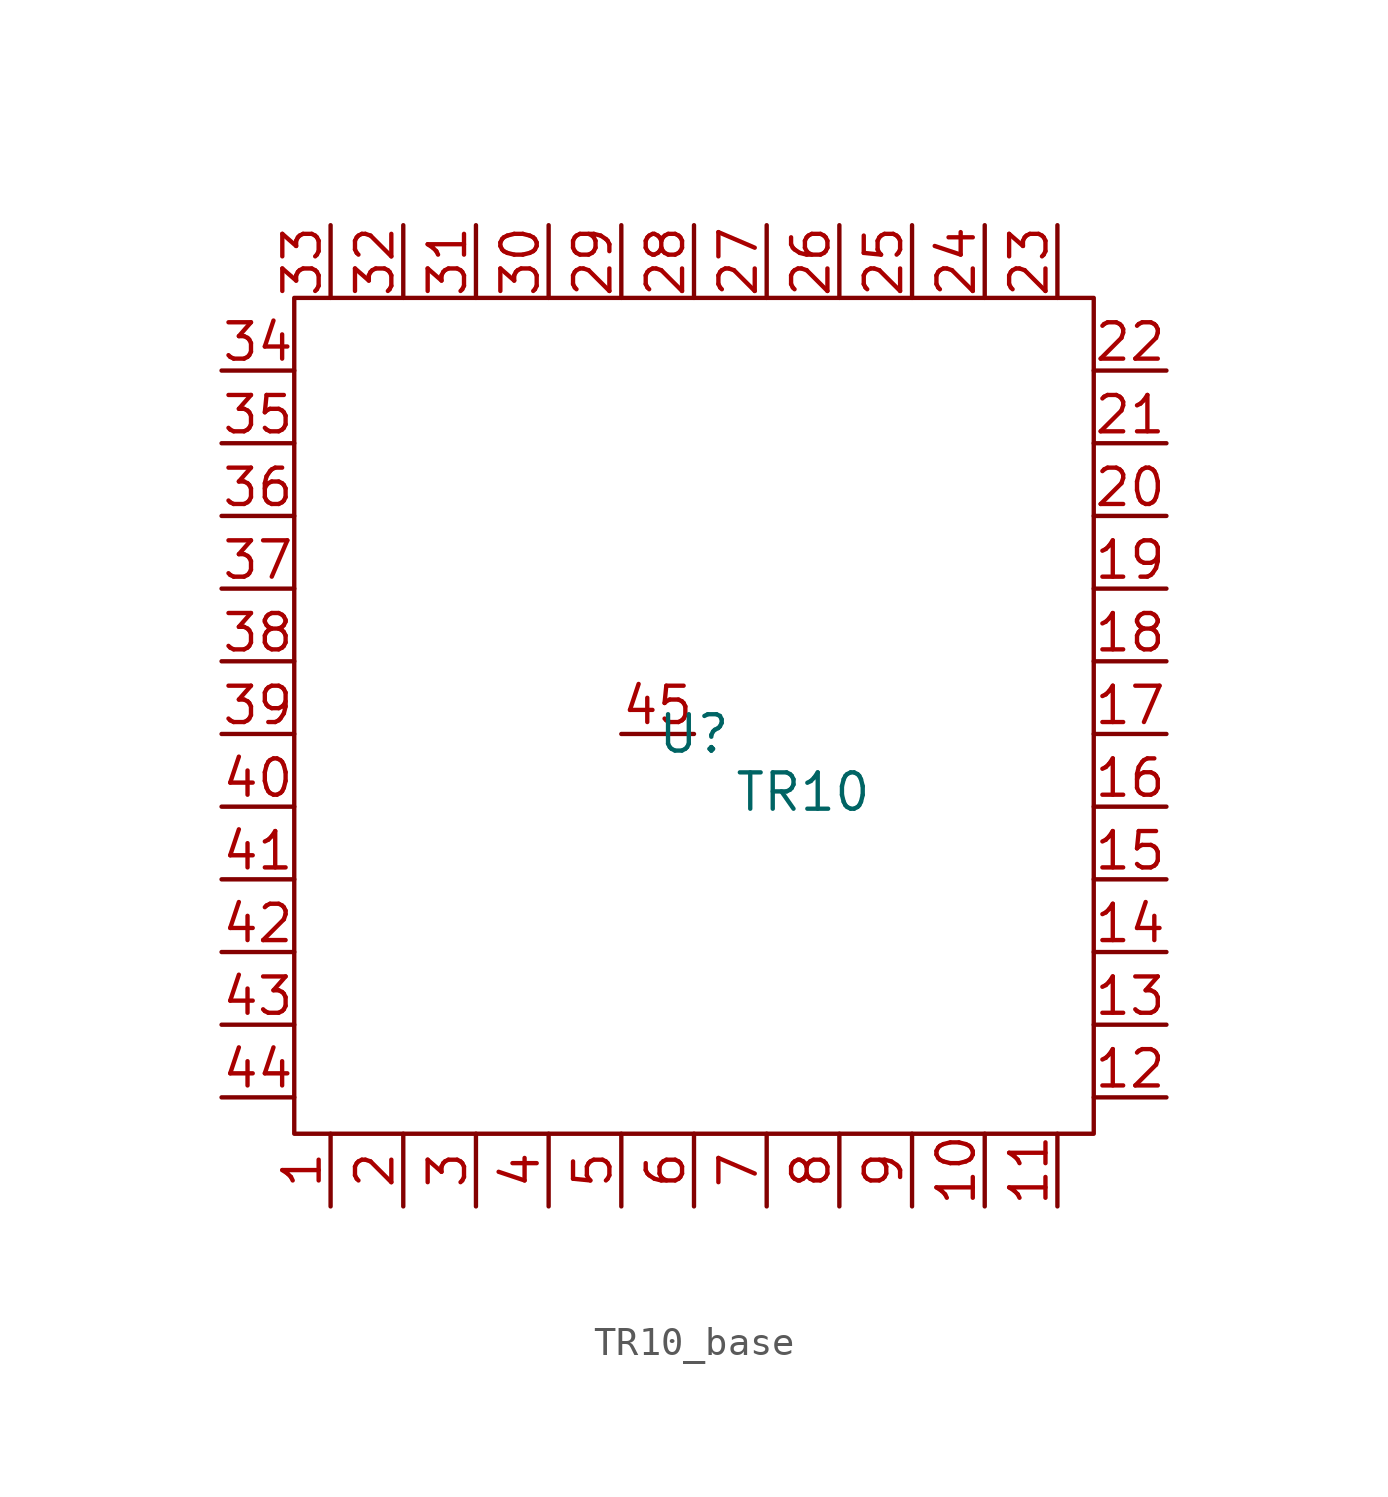
<source format=kicad_sym>
(kicad_symbol_lib
  (version 20231120)
  (generator "kicad_symbol_editor")
  (generator_version "8.0")
  (symbol "TR10_base"
    (property "Reference" "U"
      (at 0 0 0)
      (effects (font (size 1.27 1.27))))
    (property "Value" "TR10"
      (at 3.81 -2.032 0)
      (effects (font (size 1.27 1.27))))
    (symbol "TR10_base_0_1"
      (rectangle (start -13.97 15.24) (end 13.97 -13.97) (stroke (width 0) (type default)) (fill (type none))))
    (symbol "TR10_base_1_0"
      (pin bidirectional line (at -12.7 -16.51 90) (length 2.54) (name "" (effects (font (size 1.27 1.27)))) (number "1" (effects (font (size 1.27 1.27)))))
      (pin bidirectional line (at 10.16 -16.51 90) (length 2.54) (name "" (effects (font (size 1.27 1.27)))) (number "10" (effects (font (size 1.27 1.27)))))
      (pin bidirectional line (at 12.7 -16.51 90) (length 2.54) (name "" (effects (font (size 1.27 1.27)))) (number "11" (effects (font (size 1.27 1.27)))))
      (pin bidirectional line (at 16.51 -12.7 180) (length 2.54) (name "" (effects (font (size 1.27 1.27)))) (number "12" (effects (font (size 1.27 1.27)))))
      (pin bidirectional line (at 16.51 -10.16 180) (length 2.54) (name "" (effects (font (size 1.27 1.27)))) (number "13" (effects (font (size 1.27 1.27)))))
      (pin bidirectional line (at 16.51 -7.62 180) (length 2.54) (name "" (effects (font (size 1.27 1.27)))) (number "14" (effects (font (size 1.27 1.27)))))
      (pin bidirectional line (at 16.51 -5.08 180) (length 2.54) (name "" (effects (font (size 1.27 1.27)))) (number "15" (effects (font (size 1.27 1.27)))))
      (pin bidirectional line (at 16.51 -2.54 180) (length 2.54) (name "" (effects (font (size 1.27 1.27)))) (number "16" (effects (font (size 1.27 1.27)))))
      (pin bidirectional line (at 16.51 0 180) (length 2.54) (name "" (effects (font (size 1.27 1.27)))) (number "17" (effects (font (size 1.27 1.27)))))
      (pin bidirectional line (at 16.51 2.54 180) (length 2.54) (name "" (effects (font (size 1.27 1.27)))) (number "18" (effects (font (size 1.27 1.27)))))
      (pin bidirectional line (at 16.51 5.08 180) (length 2.54) (name "" (effects (font (size 1.27 1.27)))) (number "19" (effects (font (size 1.27 1.27)))))
      (pin bidirectional line (at -10.16 -16.51 90) (length 2.54) (name "" (effects (font (size 1.27 1.27)))) (number "2" (effects (font (size 1.27 1.27)))))
      (pin bidirectional line (at 16.51 7.62 180) (length 2.54) (name "" (effects (font (size 1.27 1.27)))) (number "20" (effects (font (size 1.27 1.27)))))
      (pin bidirectional line (at 16.51 10.16 180) (length 2.54) (name "" (effects (font (size 1.27 1.27)))) (number "21" (effects (font (size 1.27 1.27)))))
      (pin bidirectional line (at 16.51 12.7 180) (length 2.54) (name "" (effects (font (size 1.27 1.27)))) (number "22" (effects (font (size 1.27 1.27)))))
      (pin bidirectional line (at 12.7 17.78 270) (length 2.54) (name "" (effects (font (size 1.27 1.27)))) (number "23" (effects (font (size 1.27 1.27)))))
      (pin bidirectional line (at 10.16 17.78 270) (length 2.54) (name "" (effects (font (size 1.27 1.27)))) (number "24" (effects (font (size 1.27 1.27)))))
      (pin bidirectional line (at 7.62 17.78 270) (length 2.54) (name "" (effects (font (size 1.27 1.27)))) (number "25" (effects (font (size 1.27 1.27)))))
      (pin bidirectional line (at 5.08 17.78 270) (length 2.54) (name "" (effects (font (size 1.27 1.27)))) (number "26" (effects (font (size 1.27 1.27)))))
      (pin bidirectional line (at 2.54 17.78 270) (length 2.54) (name "" (effects (font (size 1.27 1.27)))) (number "27" (effects (font (size 1.27 1.27)))))
      (pin bidirectional line (at 0 17.78 270) (length 2.54) (name "" (effects (font (size 1.27 1.27)))) (number "28" (effects (font (size 1.27 1.27)))))
      (pin bidirectional line (at -2.54 17.78 270) (length 2.54) (name "" (effects (font (size 1.27 1.27)))) (number "29" (effects (font (size 1.27 1.27)))))
      (pin bidirectional line (at -7.62 -16.51 90) (length 2.54) (name "" (effects (font (size 1.27 1.27)))) (number "3" (effects (font (size 1.27 1.27)))))
      (pin bidirectional line (at -5.08 17.78 270) (length 2.54) (name "" (effects (font (size 1.27 1.27)))) (number "30" (effects (font (size 1.27 1.27)))))
      (pin bidirectional line (at -7.62 17.78 270) (length 2.54) (name "" (effects (font (size 1.27 1.27)))) (number "31" (effects (font (size 1.27 1.27)))))
      (pin bidirectional line (at -10.16 17.78 270) (length 2.54) (name "" (effects (font (size 1.27 1.27)))) (number "32" (effects (font (size 1.27 1.27)))))
      (pin bidirectional line (at -12.7 17.78 270) (length 2.54) (name "" (effects (font (size 1.27 1.27)))) (number "33" (effects (font (size 1.27 1.27)))))
      (pin bidirectional line (at -16.51 12.7 0) (length 2.54) (name "" (effects (font (size 1.27 1.27)))) (number "34" (effects (font (size 1.27 1.27)))))
      (pin bidirectional line (at -16.51 10.16 0) (length 2.54) (name "" (effects (font (size 1.27 1.27)))) (number "35" (effects (font (size 1.27 1.27)))))
      (pin bidirectional line (at -16.51 7.62 0) (length 2.54) (name "" (effects (font (size 1.27 1.27)))) (number "36" (effects (font (size 1.27 1.27)))))
      (pin bidirectional line (at -16.51 5.08 0) (length 2.54) (name "" (effects (font (size 1.27 1.27)))) (number "37" (effects (font (size 1.27 1.27)))))
      (pin bidirectional line (at -16.51 2.54 0) (length 2.54) (name "" (effects (font (size 1.27 1.27)))) (number "38" (effects (font (size 1.27 1.27)))))
      (pin bidirectional line (at -16.51 0 0) (length 2.54) (name "" (effects (font (size 1.27 1.27)))) (number "39" (effects (font (size 1.27 1.27)))))
      (pin bidirectional line (at -5.08 -16.51 90) (length 2.54) (name "" (effects (font (size 1.27 1.27)))) (number "4" (effects (font (size 1.27 1.27)))))
      (pin bidirectional line (at -16.51 -2.54 0) (length 2.54) (name "" (effects (font (size 1.27 1.27)))) (number "40" (effects (font (size 1.27 1.27)))))
      (pin bidirectional line (at -16.51 -5.08 0) (length 2.54) (name "" (effects (font (size 1.27 1.27)))) (number "41" (effects (font (size 1.27 1.27)))))
      (pin bidirectional line (at -16.51 -7.62 0) (length 2.54) (name "" (effects (font (size 1.27 1.27)))) (number "42" (effects (font (size 1.27 1.27)))))
      (pin bidirectional line (at -16.51 -10.16 0) (length 2.54) (name "" (effects (font (size 1.27 1.27)))) (number "43" (effects (font (size 1.27 1.27)))))
      (pin bidirectional line (at -16.51 -12.7 0) (length 2.54) (name "" (effects (font (size 1.27 1.27)))) (number "44" (effects (font (size 1.27 1.27)))))
      (pin bidirectional line (at -2.54 0 0) (length 2.54) (name "" (effects (font (size 1.27 1.27)))) (number "45" (effects (font (size 1.27 1.27)))))
      (pin bidirectional line (at -2.54 -16.51 90) (length 2.54) (name "" (effects (font (size 1.27 1.27)))) (number "5" (effects (font (size 1.27 1.27)))))
      (pin bidirectional line (at 0 -16.51 90) (length 2.54) (name "" (effects (font (size 1.27 1.27)))) (number "6" (effects (font (size 1.27 1.27)))))
      (pin bidirectional line (at 2.54 -16.51 90) (length 2.54) (name "" (effects (font (size 1.27 1.27)))) (number "7" (effects (font (size 1.27 1.27)))))
      (pin bidirectional line (at 5.08 -16.51 90) (length 2.54) (name "" (effects (font (size 1.27 1.27)))) (number "8" (effects (font (size 1.27 1.27)))))
      (pin bidirectional line (at 7.62 -16.51 90) (length 2.54) (name "" (effects (font (size 1.27 1.27)))) (number "9" (effects (font (size 1.27 1.27))))))))
</source>
